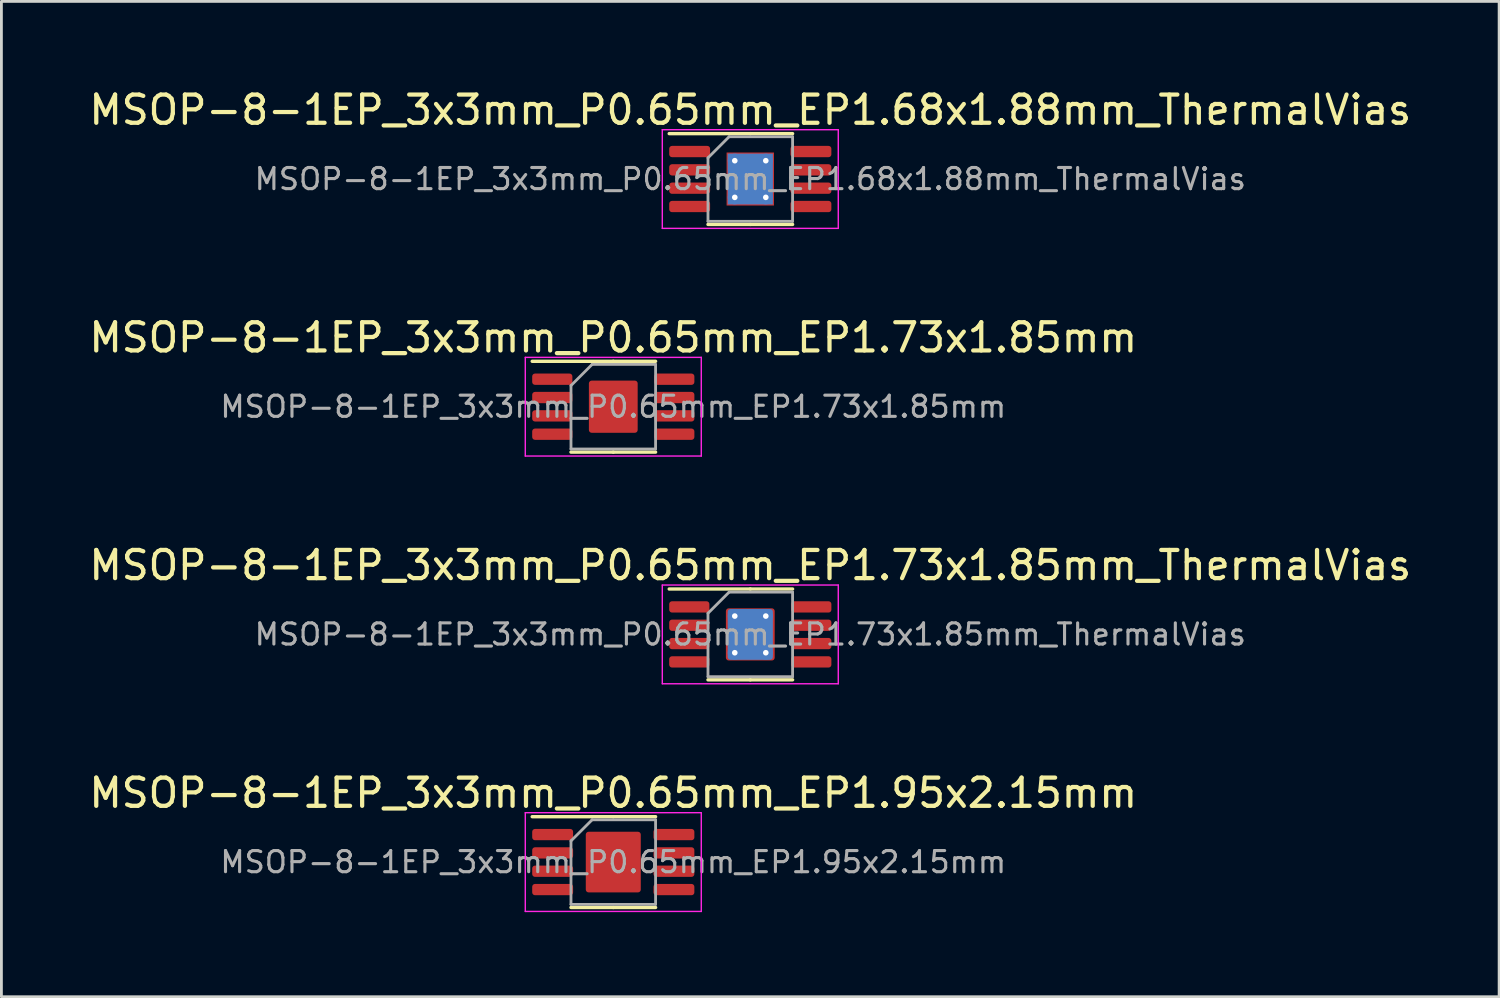
<source format=kicad_pcb>
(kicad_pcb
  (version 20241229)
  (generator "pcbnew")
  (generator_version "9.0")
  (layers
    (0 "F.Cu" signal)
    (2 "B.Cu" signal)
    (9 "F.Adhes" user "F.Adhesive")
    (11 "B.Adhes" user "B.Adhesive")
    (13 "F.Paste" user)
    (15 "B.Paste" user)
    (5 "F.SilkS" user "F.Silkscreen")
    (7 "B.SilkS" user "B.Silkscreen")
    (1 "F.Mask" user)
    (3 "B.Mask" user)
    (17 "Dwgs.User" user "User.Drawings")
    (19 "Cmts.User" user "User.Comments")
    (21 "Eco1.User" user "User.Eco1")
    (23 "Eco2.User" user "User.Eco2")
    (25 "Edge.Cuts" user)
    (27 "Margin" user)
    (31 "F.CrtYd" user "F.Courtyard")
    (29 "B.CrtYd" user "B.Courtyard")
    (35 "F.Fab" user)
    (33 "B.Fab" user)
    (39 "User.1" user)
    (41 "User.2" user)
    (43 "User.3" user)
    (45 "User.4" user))
  (footprint "MSOP-8-1EP_3x3mm_P0.65mm_EP1.95x2.15mm"
    (layer "F.Cu")
    (at 18.696 27.518)
    (property "Reference" "MSOP-8-1EP_3x3mm_P0.65mm_EP1.95x2.15mm" (at 0 -2.45 0) (layer "F.SilkS") (effects (font (size 1 1) (thickness 0.15))))
    (attr smd)
    (fp_line (start 0 -1.61) (end -2.875 -1.61) (stroke (width 0.12) (type solid)) (layer "F.SilkS"))
    (fp_line (start 0 -1.61) (end 1.5 -1.61) (stroke (width 0.12) (type solid)) (layer "F.SilkS"))
    (fp_line (start 0 1.61) (end -1.5 1.61) (stroke (width 0.12) (type solid)) (layer "F.SilkS"))
    (fp_line (start 0 1.61) (end 1.5 1.61) (stroke (width 0.12) (type solid)) (layer "F.SilkS"))
    (fp_line (start -3.12 -1.75) (end -3.12 1.75) (stroke (width 0.05) (type solid)) (layer "F.CrtYd"))
    (fp_line (start -3.12 1.75) (end 3.12 1.75) (stroke (width 0.05) (type solid)) (layer "F.CrtYd"))
    (fp_line (start 3.12 -1.75) (end -3.12 -1.75) (stroke (width 0.05) (type solid)) (layer "F.CrtYd"))
    (fp_line (start 3.12 1.75) (end 3.12 -1.75) (stroke (width 0.05) (type solid)) (layer "F.CrtYd"))
    (fp_line (start -1.5 -0.75) (end -0.75 -1.5) (stroke (width 0.1) (type solid)) (layer "F.Fab"))
    (fp_line (start -1.5 1.5) (end -1.5 -0.75) (stroke (width 0.1) (type solid)) (layer "F.Fab"))
    (fp_line (start -0.75 -1.5) (end 1.5 -1.5) (stroke (width 0.1) (type solid)) (layer "F.Fab"))
    (fp_line (start 1.5 -1.5) (end 1.5 1.5) (stroke (width 0.1) (type solid)) (layer "F.Fab"))
    (fp_line (start 1.5 1.5) (end -1.5 1.5) (stroke (width 0.1) (type solid)) (layer "F.Fab"))
    (fp_text user "${REFERENCE}" (at 0 0 0) (layer "F.Fab") (effects (font (size 0.75 0.75) (thickness 0.11))))
    (pad "" smd roundrect (at -0.49 -0.54) (size 0.79 0.87) (layers "F.Paste") (roundrect_rratio 0.25))
    (pad "" smd roundrect (at -0.49 0.54) (size 0.79 0.87) (layers "F.Paste") (roundrect_rratio 0.25))
    (pad "" smd roundrect (at 0.49 -0.54) (size 0.79 0.87) (layers "F.Paste") (roundrect_rratio 0.25))
    (pad "" smd roundrect (at 0.49 0.54) (size 0.79 0.87) (layers "F.Paste") (roundrect_rratio 0.25))
    (pad "1" smd roundrect (at -2.15 -0.975) (size 1.45 0.4) (layers "F.Cu" "F.Mask" "F.Paste") (roundrect_rratio 0.25))
    (pad "2" smd roundrect (at -2.15 -0.325) (size 1.45 0.4) (layers "F.Cu" "F.Mask" "F.Paste") (roundrect_rratio 0.25))
    (pad "3" smd roundrect (at -2.15 0.325) (size 1.45 0.4) (layers "F.Cu" "F.Mask" "F.Paste") (roundrect_rratio 0.25))
    (pad "4" smd roundrect (at -2.15 0.975) (size 1.45 0.4) (layers "F.Cu" "F.Mask" "F.Paste") (roundrect_rratio 0.25))
    (pad "5" smd roundrect (at 2.15 0.975) (size 1.45 0.4) (layers "F.Cu" "F.Mask" "F.Paste") (roundrect_rratio 0.25))
    (pad "6" smd roundrect (at 2.15 0.325) (size 1.45 0.4) (layers "F.Cu" "F.Mask" "F.Paste") (roundrect_rratio 0.25))
    (pad "7" smd roundrect (at 2.15 -0.325) (size 1.45 0.4) (layers "F.Cu" "F.Mask" "F.Paste") (roundrect_rratio 0.25))
    (pad "8" smd roundrect (at 2.15 -0.975) (size 1.45 0.4) (layers "F.Cu" "F.Mask" "F.Paste") (roundrect_rratio 0.25))
    (pad "9" smd roundrect (at 0 0) (size 1.95 2.15) (layers "F.Cu" "F.Mask") (roundrect_rratio 0.051)))
  (footprint "MSOP-8-1EP_3x3mm_P0.65mm_EP1.73x1.85mm"
    (layer "F.Cu")
    (at 18.696 11.371)
    (property "Reference" "MSOP-8-1EP_3x3mm_P0.65mm_EP1.73x1.85mm" (at 0 -2.45 0) (layer "F.SilkS") (effects (font (size 1 1) (thickness 0.15))))
    (attr smd)
    (fp_line (start 0 -1.61) (end -2.875 -1.61) (stroke (width 0.12) (type solid)) (layer "F.SilkS"))
    (fp_line (start 0 -1.61) (end 1.5 -1.61) (stroke (width 0.12) (type solid)) (layer "F.SilkS"))
    (fp_line (start 0 1.61) (end -1.5 1.61) (stroke (width 0.12) (type solid)) (layer "F.SilkS"))
    (fp_line (start 0 1.61) (end 1.5 1.61) (stroke (width 0.12) (type solid)) (layer "F.SilkS"))
    (fp_line (start -3.12 -1.75) (end -3.12 1.75) (stroke (width 0.05) (type solid)) (layer "F.CrtYd"))
    (fp_line (start -3.12 1.75) (end 3.12 1.75) (stroke (width 0.05) (type solid)) (layer "F.CrtYd"))
    (fp_line (start 3.12 -1.75) (end -3.12 -1.75) (stroke (width 0.05) (type solid)) (layer "F.CrtYd"))
    (fp_line (start 3.12 1.75) (end 3.12 -1.75) (stroke (width 0.05) (type solid)) (layer "F.CrtYd"))
    (fp_line (start -1.5 -0.75) (end -0.75 -1.5) (stroke (width 0.1) (type solid)) (layer "F.Fab"))
    (fp_line (start -1.5 1.5) (end -1.5 -0.75) (stroke (width 0.1) (type solid)) (layer "F.Fab"))
    (fp_line (start -0.75 -1.5) (end 1.5 -1.5) (stroke (width 0.1) (type solid)) (layer "F.Fab"))
    (fp_line (start 1.5 -1.5) (end 1.5 1.5) (stroke (width 0.1) (type solid)) (layer "F.Fab"))
    (fp_line (start 1.5 1.5) (end -1.5 1.5) (stroke (width 0.1) (type solid)) (layer "F.Fab"))
    (fp_text user "${REFERENCE}" (at 0 0 0) (layer "F.Fab") (effects (font (size 0.75 0.75) (thickness 0.11))))
    (pad "" smd roundrect (at -0.43 -0.46) (size 0.7 0.75) (layers "F.Paste") (roundrect_rratio 0.25))
    (pad "" smd roundrect (at -0.43 0.46) (size 0.7 0.75) (layers "F.Paste") (roundrect_rratio 0.25))
    (pad "" smd roundrect (at 0.43 -0.46) (size 0.7 0.75) (layers "F.Paste") (roundrect_rratio 0.25))
    (pad "" smd roundrect (at 0.43 0.46) (size 0.7 0.75) (layers "F.Paste") (roundrect_rratio 0.25))
    (pad "1" smd roundrect (at -2.163 -0.975) (size 1.425 0.4) (layers "F.Cu" "F.Mask" "F.Paste") (roundrect_rratio 0.25))
    (pad "2" smd roundrect (at -2.163 -0.325) (size 1.425 0.4) (layers "F.Cu" "F.Mask" "F.Paste") (roundrect_rratio 0.25))
    (pad "3" smd roundrect (at -2.163 0.325) (size 1.425 0.4) (layers "F.Cu" "F.Mask" "F.Paste") (roundrect_rratio 0.25))
    (pad "4" smd roundrect (at -2.163 0.975) (size 1.425 0.4) (layers "F.Cu" "F.Mask" "F.Paste") (roundrect_rratio 0.25))
    (pad "5" smd roundrect (at 2.163 0.975) (size 1.425 0.4) (layers "F.Cu" "F.Mask" "F.Paste") (roundrect_rratio 0.25))
    (pad "6" smd roundrect (at 2.163 0.325) (size 1.425 0.4) (layers "F.Cu" "F.Mask" "F.Paste") (roundrect_rratio 0.25))
    (pad "7" smd roundrect (at 2.163 -0.325) (size 1.425 0.4) (layers "F.Cu" "F.Mask" "F.Paste") (roundrect_rratio 0.25))
    (pad "8" smd roundrect (at 2.163 -0.975) (size 1.425 0.4) (layers "F.Cu" "F.Mask" "F.Paste") (roundrect_rratio 0.25))
    (pad "9" smd roundrect (at 0 0) (size 1.73 1.85) (layers "F.Cu" "F.Mask") (roundrect_rratio 0.058)))
  (footprint "MSOP-8-1EP_3x3mm_P0.65mm_EP1.68x1.88mm_ThermalVias"
    (layer "F.Cu")
    (at 23.554 3.298)
    (property "Reference" "MSOP-8-1EP_3x3mm_P0.65mm_EP1.68x1.88mm_ThermalVias" (at 0 -2.45 0) (layer "F.SilkS") (effects (font (size 1 1) (thickness 0.15))))
    (attr smd)
    (fp_line (start 0 -1.61) (end -2.875 -1.61) (stroke (width 0.12) (type solid)) (layer "F.SilkS"))
    (fp_line (start 0 -1.61) (end 1.5 -1.61) (stroke (width 0.12) (type solid)) (layer "F.SilkS"))
    (fp_line (start 0 1.61) (end -1.5 1.61) (stroke (width 0.12) (type solid)) (layer "F.SilkS"))
    (fp_line (start 0 1.61) (end 1.5 1.61) (stroke (width 0.12) (type solid)) (layer "F.SilkS"))
    (fp_line (start -3.12 -1.75) (end -3.12 1.75) (stroke (width 0.05) (type solid)) (layer "F.CrtYd"))
    (fp_line (start -3.12 1.75) (end 3.12 1.75) (stroke (width 0.05) (type solid)) (layer "F.CrtYd"))
    (fp_line (start 3.12 -1.75) (end -3.12 -1.75) (stroke (width 0.05) (type solid)) (layer "F.CrtYd"))
    (fp_line (start 3.12 1.75) (end 3.12 -1.75) (stroke (width 0.05) (type solid)) (layer "F.CrtYd"))
    (fp_line (start -1.5 -0.75) (end -0.75 -1.5) (stroke (width 0.1) (type solid)) (layer "F.Fab"))
    (fp_line (start -1.5 1.5) (end -1.5 -0.75) (stroke (width 0.1) (type solid)) (layer "F.Fab"))
    (fp_line (start -0.75 -1.5) (end 1.5 -1.5) (stroke (width 0.1) (type solid)) (layer "F.Fab"))
    (fp_line (start 1.5 -1.5) (end 1.5 1.5) (stroke (width 0.1) (type solid)) (layer "F.Fab"))
    (fp_line (start 1.5 1.5) (end -1.5 1.5) (stroke (width 0.1) (type solid)) (layer "F.Fab"))
    (fp_text user "${REFERENCE}" (at 0 0 0) (layer "F.Fab") (effects (font (size 0.75 0.75) (thickness 0.11))))
    (pad "" smd roundrect (at -0.42 -0.47) (size 0.7 0.79) (layers "F.Paste") (roundrect_rratio 0.25))
    (pad "" smd roundrect (at -0.42 0.47) (size 0.7 0.79) (layers "F.Paste") (roundrect_rratio 0.25))
    (pad "" smd roundrect (at 0.42 -0.47) (size 0.7 0.79) (layers "F.Paste") (roundrect_rratio 0.25))
    (pad "" smd roundrect (at 0.42 0.47) (size 0.7 0.79) (layers "F.Paste") (roundrect_rratio 0.25))
    (pad "1" smd roundrect (at -2.15 -0.975) (size 1.45 0.4) (layers "F.Cu" "F.Mask" "F.Paste") (roundrect_rratio 0.25))
    (pad "2" smd roundrect (at -2.15 -0.325) (size 1.45 0.4) (layers "F.Cu" "F.Mask" "F.Paste") (roundrect_rratio 0.25))
    (pad "3" smd roundrect (at -2.15 0.325) (size 1.45 0.4) (layers "F.Cu" "F.Mask" "F.Paste") (roundrect_rratio 0.25))
    (pad "4" smd roundrect (at -2.15 0.975) (size 1.45 0.4) (layers "F.Cu" "F.Mask" "F.Paste") (roundrect_rratio 0.25))
    (pad "5" smd roundrect (at 2.15 0.975) (size 1.45 0.4) (layers "F.Cu" "F.Mask" "F.Paste") (roundrect_rratio 0.25))
    (pad "6" smd roundrect (at 2.15 0.325) (size 1.45 0.4) (layers "F.Cu" "F.Mask" "F.Paste") (roundrect_rratio 0.25))
    (pad "7" smd roundrect (at 2.15 -0.325) (size 1.45 0.4) (layers "F.Cu" "F.Mask" "F.Paste") (roundrect_rratio 0.25))
    (pad "8" smd roundrect (at 2.15 -0.975) (size 1.45 0.4) (layers "F.Cu" "F.Mask" "F.Paste") (roundrect_rratio 0.25))
    (pad "9" thru_hole circle (at -0.55 -0.65) (size 0.5 0.5) (drill 0.2) (layers "*.Cu"))
    (pad "9" thru_hole circle (at -0.55 0.65) (size 0.5 0.5) (drill 0.2) (layers "*.Cu"))
    (pad "9" smd rect (at 0 0) (size 1.6 1.8) (layers "B.Cu"))
    (pad "9" smd rect (at 0 0) (size 1.68 1.88) (layers "F.Cu" "F.Mask"))
    (pad "9" thru_hole circle (at 0.55 -0.65) (size 0.5 0.5) (drill 0.2) (layers "*.Cu"))
    (pad "9" thru_hole circle (at 0.55 0.65) (size 0.5 0.5) (drill 0.2) (layers "*.Cu")))
  (footprint "MSOP-8-1EP_3x3mm_P0.65mm_EP1.73x1.85mm_ThermalVias"
    (layer "F.Cu")
    (at 23.554 19.445)
    (property "Reference" "MSOP-8-1EP_3x3mm_P0.65mm_EP1.73x1.85mm_ThermalVias" (at 0 -2.45 0) (layer "F.SilkS") (effects (font (size 1 1) (thickness 0.15))))
    (attr smd)
    (fp_line (start 0 -1.61) (end -2.875 -1.61) (stroke (width 0.12) (type solid)) (layer "F.SilkS"))
    (fp_line (start 0 -1.61) (end 1.5 -1.61) (stroke (width 0.12) (type solid)) (layer "F.SilkS"))
    (fp_line (start 0 1.61) (end -1.5 1.61) (stroke (width 0.12) (type solid)) (layer "F.SilkS"))
    (fp_line (start 0 1.61) (end 1.5 1.61) (stroke (width 0.12) (type solid)) (layer "F.SilkS"))
    (fp_line (start -3.12 -1.75) (end -3.12 1.75) (stroke (width 0.05) (type solid)) (layer "F.CrtYd"))
    (fp_line (start -3.12 1.75) (end 3.12 1.75) (stroke (width 0.05) (type solid)) (layer "F.CrtYd"))
    (fp_line (start 3.12 -1.75) (end -3.12 -1.75) (stroke (width 0.05) (type solid)) (layer "F.CrtYd"))
    (fp_line (start 3.12 1.75) (end 3.12 -1.75) (stroke (width 0.05) (type solid)) (layer "F.CrtYd"))
    (fp_line (start -1.5 -0.75) (end -0.75 -1.5) (stroke (width 0.1) (type solid)) (layer "F.Fab"))
    (fp_line (start -1.5 1.5) (end -1.5 -0.75) (stroke (width 0.1) (type solid)) (layer "F.Fab"))
    (fp_line (start -0.75 -1.5) (end 1.5 -1.5) (stroke (width 0.1) (type solid)) (layer "F.Fab"))
    (fp_line (start 1.5 -1.5) (end 1.5 1.5) (stroke (width 0.1) (type solid)) (layer "F.Fab"))
    (fp_line (start 1.5 1.5) (end -1.5 1.5) (stroke (width 0.1) (type solid)) (layer "F.Fab"))
    (fp_text user "${REFERENCE}" (at 0 0 0) (layer "F.Fab") (effects (font (size 0.75 0.75) (thickness 0.11))))
    (pad "" smd roundrect (at -0.43 -0.46) (size 0.72 0.77) (layers "F.Paste") (roundrect_rratio 0.25))
    (pad "" smd roundrect (at -0.43 0.46) (size 0.72 0.77) (layers "F.Paste") (roundrect_rratio 0.25))
    (pad "" smd roundrect (at 0.43 -0.46) (size 0.72 0.77) (layers "F.Paste") (roundrect_rratio 0.25))
    (pad "" smd roundrect (at 0.43 0.46) (size 0.72 0.77) (layers "F.Paste") (roundrect_rratio 0.25))
    (pad "1" smd roundrect (at -2.163 -0.975) (size 1.425 0.4) (layers "F.Cu" "F.Mask" "F.Paste") (roundrect_rratio 0.25))
    (pad "2" smd roundrect (at -2.163 -0.325) (size 1.425 0.4) (layers "F.Cu" "F.Mask" "F.Paste") (roundrect_rratio 0.25))
    (pad "3" smd roundrect (at -2.163 0.325) (size 1.425 0.4) (layers "F.Cu" "F.Mask" "F.Paste") (roundrect_rratio 0.25))
    (pad "4" smd roundrect (at -2.163 0.975) (size 1.425 0.4) (layers "F.Cu" "F.Mask" "F.Paste") (roundrect_rratio 0.25))
    (pad "5" smd roundrect (at 2.163 0.975) (size 1.425 0.4) (layers "F.Cu" "F.Mask" "F.Paste") (roundrect_rratio 0.25))
    (pad "6" smd roundrect (at 2.163 0.325) (size 1.425 0.4) (layers "F.Cu" "F.Mask" "F.Paste") (roundrect_rratio 0.25))
    (pad "7" smd roundrect (at 2.163 -0.325) (size 1.425 0.4) (layers "F.Cu" "F.Mask" "F.Paste") (roundrect_rratio 0.25))
    (pad "8" smd roundrect (at 2.163 -0.975) (size 1.425 0.4) (layers "F.Cu" "F.Mask" "F.Paste") (roundrect_rratio 0.25))
    (pad "9" thru_hole circle (at -0.55 -0.65) (size 0.5 0.5) (drill 0.2) (layers "*.Cu"))
    (pad "9" thru_hole circle (at -0.55 0.65) (size 0.5 0.5) (drill 0.2) (layers "*.Cu"))
    (pad "9" smd roundrect (at 0 0) (size 1.6 1.8) (layers "B.Cu") (roundrect_rratio 0.062))
    (pad "9" smd roundrect (at 0 0) (size 1.73 1.85) (layers "F.Cu" "F.Mask") (roundrect_rratio 0.058))
    (pad "9" thru_hole circle (at 0.55 -0.65) (size 0.5 0.5) (drill 0.2) (layers "*.Cu"))
    (pad "9" thru_hole circle (at 0.55 0.65) (size 0.5 0.5) (drill 0.2) (layers "*.Cu")))
  (gr_rect
    (start -3 -3)
    (end 50.107 32.293)
    (stroke (width 0.1) (type default))
    (fill no)
    (layer "Edge.Cuts")))
</source>
